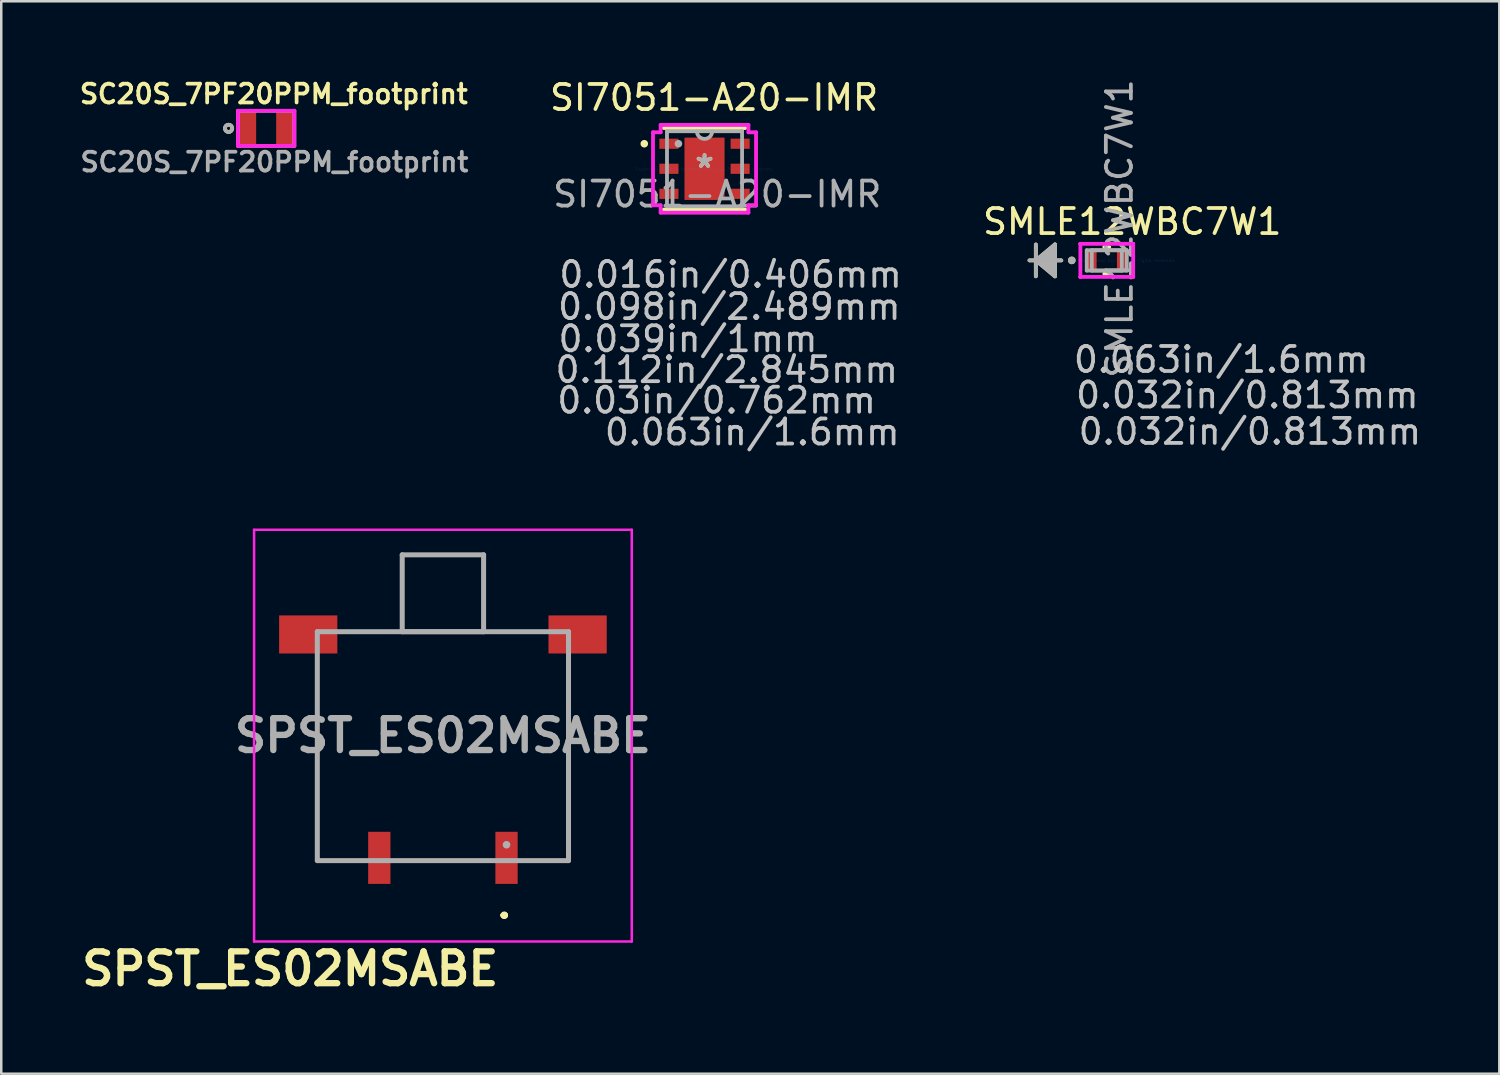
<source format=kicad_pcb>
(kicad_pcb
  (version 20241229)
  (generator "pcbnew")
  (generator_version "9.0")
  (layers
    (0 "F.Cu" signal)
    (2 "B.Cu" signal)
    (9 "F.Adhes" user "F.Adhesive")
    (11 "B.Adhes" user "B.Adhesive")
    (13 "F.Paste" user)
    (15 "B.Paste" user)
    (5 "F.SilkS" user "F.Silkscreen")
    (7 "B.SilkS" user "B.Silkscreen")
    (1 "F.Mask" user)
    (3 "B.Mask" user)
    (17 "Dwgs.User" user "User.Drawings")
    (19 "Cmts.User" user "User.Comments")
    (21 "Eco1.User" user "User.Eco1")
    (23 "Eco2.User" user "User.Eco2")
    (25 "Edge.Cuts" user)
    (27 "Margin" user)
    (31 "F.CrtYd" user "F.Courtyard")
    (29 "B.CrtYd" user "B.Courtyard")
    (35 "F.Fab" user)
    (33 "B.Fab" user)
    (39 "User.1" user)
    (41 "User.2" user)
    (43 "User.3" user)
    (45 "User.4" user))
  (footprint "SC20S_7PF20PPM_footprint"
    (layer "F.Cu")
    (at 7.577 2.074)
    (property "Reference" "SC20S_7PF20PPM_footprint" (at 0.305 -1.372 0) (layer "F.SilkS") (effects (font (size 0.75 0.75) (thickness 0.15))))
    (attr through_hole)
    (fp_circle (center -1.5 0) (end -1.43 0) (stroke (width 0.15) (type solid)) (fill no) (layer "F.SilkS"))
    (fp_line (start -1.125 -0.7) (end -1.125 0.7) (stroke (width 0.15) (type solid)) (layer "F.CrtYd"))
    (fp_line (start -1.125 -0.7) (end 1.125 -0.7) (stroke (width 0.15) (type solid)) (layer "F.CrtYd"))
    (fp_line (start -1.125 0.7) (end 1.125 0.7) (stroke (width 0.15) (type solid)) (layer "F.CrtYd"))
    (fp_line (start 1.125 0.7) (end 1.125 -0.7) (stroke (width 0.152) (type solid)) (layer "F.CrtYd"))
    (fp_line (start -1.125 -0.7) (end -1.125 0.7) (stroke (width 0.15) (type solid)) (layer "F.Fab"))
    (fp_line (start -1.125 -0.7) (end 1.125 -0.7) (stroke (width 0.15) (type solid)) (layer "F.Fab"))
    (fp_line (start -1.125 0.7) (end 1.125 0.7) (stroke (width 0.15) (type solid)) (layer "F.Fab"))
    (fp_line (start 1.125 0.7) (end 1.125 -0.7) (stroke (width 0.152) (type solid)) (layer "F.Fab"))
    (fp_circle (center -1.5 0) (end -1.43 0) (stroke (width 0.15) (type solid)) (fill no) (layer "F.Fab"))
    (fp_text user "${REFERENCE}" (at 0.33 1.346 0) (layer "F.Fab") (effects (font (size 0.75 0.75) (thickness 0.15))))
    (pad "1" smd rect (at -0.75 0) (size 0.7 1.4) (layers "F.Cu" "F.Mask" "F.Paste"))
    (pad "2" smd rect (at 0.75 0) (size 0.7 1.4) (layers "F.Cu" "F.Mask" "F.Paste")))
  (footprint "SPST_ES02MSABE"
    (layer "F.Cu")
    (at 14.635 26.743)
    (property "Reference" "SPST_ES02MSABE" (at -6.096 8.89 0) (layer "F.SilkS") (effects (font (size 1.27 1.27) (thickness 0.254))))
    (attr smd)
    (fp_line (start -5.015 -3) (end -5.015 4.5) (stroke (width 0.1) (type solid)) (layer "F.SilkS"))
    (fp_line (start -5.015 4.5) (end -5 4.5) (stroke (width 0.1) (type solid)) (layer "F.SilkS"))
    (fp_line (start -5 -3) (end -5.015 -3) (stroke (width 0.1) (type solid)) (layer "F.SilkS"))
    (fp_line (start -5 4.5) (end -5 -3) (stroke (width 0.1) (type solid)) (layer "F.SilkS"))
    (fp_line (start -5 4.57) (end -5 4.57) (stroke (width 0.1) (type solid)) (layer "F.SilkS"))
    (fp_line (start -5 4.57) (end -3.5 4.57) (stroke (width 0.1) (type solid)) (layer "F.SilkS"))
    (fp_line (start -3.5 -4.57) (end -3.5 -4.57) (stroke (width 0.1) (type solid)) (layer "F.SilkS"))
    (fp_line (start -3.5 -4.57) (end -1.5 -4.57) (stroke (width 0.1) (type solid)) (layer "F.SilkS"))
    (fp_line (start -3.5 4.57) (end -5 4.57) (stroke (width 0.1) (type solid)) (layer "F.SilkS"))
    (fp_line (start -3.5 4.57) (end -3.5 4.57) (stroke (width 0.1) (type solid)) (layer "F.SilkS"))
    (fp_line (start -1.625 -7.64) (end -1.625 -4.57) (stroke (width 0.1) (type solid)) (layer "F.SilkS"))
    (fp_line (start -1.625 -4.57) (end 1.625 -4.57) (stroke (width 0.1) (type solid)) (layer "F.SilkS"))
    (fp_line (start -1.625 4.57) (end -1.625 4.57) (stroke (width 0.1) (type solid)) (layer "F.SilkS"))
    (fp_line (start -1.625 4.57) (end 1.5 4.57) (stroke (width 0.1) (type solid)) (layer "F.SilkS"))
    (fp_line (start -1.5 -4.57) (end -3.5 -4.57) (stroke (width 0.1) (type solid)) (layer "F.SilkS"))
    (fp_line (start -1.5 -4.57) (end -1.5 -4.57) (stroke (width 0.1) (type solid)) (layer "F.SilkS"))
    (fp_line (start 1.5 4.57) (end -1.625 4.57) (stroke (width 0.1) (type solid)) (layer "F.SilkS"))
    (fp_line (start 1.5 4.57) (end 1.5 4.57) (stroke (width 0.1) (type solid)) (layer "F.SilkS"))
    (fp_line (start 1.625 -7.64) (end -1.625 -7.64) (stroke (width 0.1) (type solid)) (layer "F.SilkS"))
    (fp_line (start 1.625 -4.57) (end 1.625 -7.64) (stroke (width 0.1) (type solid)) (layer "F.SilkS"))
    (fp_line (start 1.625 -4.57) (end 1.625 -4.57) (stroke (width 0.1) (type solid)) (layer "F.SilkS"))
    (fp_line (start 1.625 -4.57) (end 3.5 -4.57) (stroke (width 0.1) (type solid)) (layer "F.SilkS"))
    (fp_line (start 2.4 6.75) (end 2.4 6.75) (stroke (width 0.2) (type solid)) (layer "F.SilkS"))
    (fp_line (start 2.4 6.75) (end 2.4 6.75) (stroke (width 0.2) (type solid)) (layer "F.SilkS"))
    (fp_line (start 2.5 6.75) (end 2.5 6.75) (stroke (width 0.2) (type solid)) (layer "F.SilkS"))
    (fp_line (start 3.5 -4.57) (end 1.625 -4.57) (stroke (width 0.1) (type solid)) (layer "F.SilkS"))
    (fp_line (start 3.5 -4.57) (end 3.5 -4.57) (stroke (width 0.1) (type solid)) (layer "F.SilkS"))
    (fp_line (start 3.5 4.57) (end 3.5 4.57) (stroke (width 0.1) (type solid)) (layer "F.SilkS"))
    (fp_line (start 3.5 4.57) (end 5.015 4.57) (stroke (width 0.1) (type solid)) (layer "F.SilkS"))
    (fp_line (start 5 -3) (end 5 4.57) (stroke (width 0.1) (type solid)) (layer "F.SilkS"))
    (fp_line (start 5 4.57) (end 5.015 4.57) (stroke (width 0.1) (type solid)) (layer "F.SilkS"))
    (fp_line (start 5.015 -3) (end 5 -3) (stroke (width 0.1) (type solid)) (layer "F.SilkS"))
    (fp_line (start 5.015 4.57) (end 3.5 4.57) (stroke (width 0.1) (type solid)) (layer "F.SilkS"))
    (fp_line (start 5.015 4.57) (end 5.015 -3) (stroke (width 0.1) (type solid)) (layer "F.SilkS"))
    (fp_line (start 5.015 4.57) (end 5.015 4.57) (stroke (width 0.1) (type solid)) (layer "F.SilkS"))
    (fp_arc (start 2.4 6.75) (mid 2.45 6.7) (end 2.5 6.75) (stroke (width 0.2) (type solid)) (layer "F.SilkS"))
    (fp_arc (start 2.5 6.75) (mid 2.45 6.8) (end 2.4 6.75) (stroke (width 0.2) (type solid)) (layer "F.SilkS"))
    (fp_arc (start 2.5 6.75) (mid 2.45 6.8) (end 2.4 6.75) (stroke (width 0.2) (type solid)) (layer "F.SilkS"))
    (fp_line (start -7.54 -8.64) (end 7.54 -8.64) (stroke (width 0.1) (type solid)) (layer "F.CrtYd"))
    (fp_line (start -7.54 7.8) (end -7.54 -8.64) (stroke (width 0.1) (type solid)) (layer "F.CrtYd"))
    (fp_line (start 7.54 -8.64) (end 7.54 7.8) (stroke (width 0.1) (type solid)) (layer "F.CrtYd"))
    (fp_line (start 7.54 7.8) (end -7.54 7.8) (stroke (width 0.1) (type solid)) (layer "F.CrtYd"))
    (fp_line (start -5.015 -4.57) (end -5.015 4.57) (stroke (width 0.2) (type solid)) (layer "F.Fab"))
    (fp_line (start -5.015 4.57) (end 5.015 4.57) (stroke (width 0.2) (type solid)) (layer "F.Fab"))
    (fp_line (start -1.625 -7.64) (end -1.625 -4.57) (stroke (width 0.2) (type solid)) (layer "F.Fab"))
    (fp_line (start -1.625 -4.57) (end 1.625 -4.57) (stroke (width 0.2) (type solid)) (layer "F.Fab"))
    (fp_line (start 1.625 -7.64) (end -1.625 -7.64) (stroke (width 0.2) (type solid)) (layer "F.Fab"))
    (fp_line (start 1.625 -4.57) (end 1.625 -7.64) (stroke (width 0.2) (type solid)) (layer "F.Fab"))
    (fp_line (start 5.015 -4.57) (end -5.015 -4.57) (stroke (width 0.2) (type solid)) (layer "F.Fab"))
    (fp_line (start 5.015 4.57) (end 5.015 -4.57) (stroke (width 0.2) (type solid)) (layer "F.Fab"))
    (fp_circle (center 2.54 3.937) (end 2.616 3.937) (stroke (width 0.152) (type solid)) (fill no) (layer "F.Fab"))
    (fp_text user "${REFERENCE}" (at 0 -0.42 0) (layer "F.Fab") (effects (font (size 1.27 1.27) (thickness 0.254))))
    (pad "1" smd rect (at 2.54 4.46) (size 0.89 2.08) (layers "F.Cu" "F.Mask" "F.Paste"))
    (pad "3" smd rect (at -2.54 4.46) (size 0.89 2.08) (layers "F.Cu" "F.Mask" "F.Paste"))
    (pad "MP1" smd rect (at 5.378 -4.46 90) (size 1.52 2.325) (layers "F.Cu" "F.Mask" "F.Paste"))
    (pad "MP2" smd rect (at -5.378 -4.46 90) (size 1.52 2.325) (layers "F.Cu" "F.Mask" "F.Paste")))
  (footprint "SMLE12WBC7W1"
    (layer "F.Cu")
    (at 41.142 7.347)
    (property "Reference" "SMLE12WBC7W1" (at 1.016 -1.546 0) (layer "F.SilkS") (effects (font (size 1 1) (thickness 0.15))))
    (attr through_hole)
    (fp_line (start -2.832 -0.635) (end -2.832 0.635) (stroke (width 0.152) (type solid)) (layer "F.SilkS"))
    (fp_line (start -2.832 0) (end -2.07 -0.635) (stroke (width 0.152) (type solid)) (layer "F.SilkS"))
    (fp_line (start -2.832 0) (end -2.07 -0.508) (stroke (width 0.152) (type solid)) (layer "F.SilkS"))
    (fp_line (start -2.832 0) (end -2.07 -0.381) (stroke (width 0.152) (type solid)) (layer "F.SilkS"))
    (fp_line (start -2.832 0) (end -2.07 -0.254) (stroke (width 0.152) (type solid)) (layer "F.SilkS"))
    (fp_line (start -2.832 0) (end -2.07 -0.127) (stroke (width 0.152) (type solid)) (layer "F.SilkS"))
    (fp_line (start -2.832 0) (end -2.07 0.127) (stroke (width 0.152) (type solid)) (layer "F.SilkS"))
    (fp_line (start -2.832 0) (end -2.07 0.254) (stroke (width 0.152) (type solid)) (layer "F.SilkS"))
    (fp_line (start -2.832 0) (end -2.07 0.381) (stroke (width 0.152) (type solid)) (layer "F.SilkS"))
    (fp_line (start -2.832 0) (end -2.07 0.508) (stroke (width 0.152) (type solid)) (layer "F.SilkS"))
    (fp_line (start -2.832 0) (end -2.07 0.635) (stroke (width 0.152) (type solid)) (layer "F.SilkS"))
    (fp_line (start -2.07 -0.635) (end -2.07 0.635) (stroke (width 0.152) (type solid)) (layer "F.SilkS"))
    (fp_line (start -1.816 0) (end -3.086 0) (stroke (width 0.152) (type solid)) (layer "F.SilkS"))
    (fp_line (start -0.099 0.533) (end 0.099 0.533) (stroke (width 0.152) (type solid)) (layer "F.SilkS"))
    (fp_line (start 0.099 -0.533) (end -0.099 -0.533) (stroke (width 0.152) (type solid)) (layer "F.SilkS"))
    (fp_circle (center -1.397 0) (end -1.321 0) (stroke (width 0.152) (type solid)) (fill no) (layer "F.SilkS"))
    (fp_line (start -1.054 -0.66) (end -1.054 -0.66) (stroke (width 0.152) (type solid)) (layer "F.CrtYd"))
    (fp_line (start -1.054 -0.66) (end -1.054 -0.66) (stroke (width 0.152) (type solid)) (layer "F.CrtYd"))
    (fp_line (start -1.054 -0.66) (end 1.054 -0.66) (stroke (width 0.152) (type solid)) (layer "F.CrtYd"))
    (fp_line (start -1.054 0.66) (end -1.054 -0.66) (stroke (width 0.152) (type solid)) (layer "F.CrtYd"))
    (fp_line (start -1.054 0.66) (end -1.054 0.66) (stroke (width 0.152) (type solid)) (layer "F.CrtYd"))
    (fp_line (start -1.054 0.66) (end -1.054 0.66) (stroke (width 0.152) (type solid)) (layer "F.CrtYd"))
    (fp_line (start 1.054 -0.66) (end 1.054 -0.66) (stroke (width 0.152) (type solid)) (layer "F.CrtYd"))
    (fp_line (start 1.054 -0.66) (end 1.054 -0.66) (stroke (width 0.152) (type solid)) (layer "F.CrtYd"))
    (fp_line (start 1.054 -0.66) (end 1.054 0.66) (stroke (width 0.152) (type solid)) (layer "F.CrtYd"))
    (fp_line (start 1.054 0.66) (end -1.054 0.66) (stroke (width 0.152) (type solid)) (layer "F.CrtYd"))
    (fp_line (start 1.054 0.66) (end 1.054 0.66) (stroke (width 0.152) (type solid)) (layer "F.CrtYd"))
    (fp_line (start 1.054 0.66) (end 1.054 0.66) (stroke (width 0.152) (type solid)) (layer "F.CrtYd"))
    (fp_line (start -2.832 -0.635) (end -2.832 0.635) (stroke (width 0.152) (type solid)) (layer "F.Fab"))
    (fp_line (start -2.832 0) (end -2.07 -0.635) (stroke (width 0.152) (type solid)) (layer "F.Fab"))
    (fp_line (start -2.832 0) (end -2.07 -0.508) (stroke (width 0.152) (type solid)) (layer "F.Fab"))
    (fp_line (start -2.832 0) (end -2.07 -0.381) (stroke (width 0.152) (type solid)) (layer "F.Fab"))
    (fp_line (start -2.832 0) (end -2.07 -0.254) (stroke (width 0.152) (type solid)) (layer "F.Fab"))
    (fp_line (start -2.832 0) (end -2.07 -0.127) (stroke (width 0.152) (type solid)) (layer "F.Fab"))
    (fp_line (start -2.832 0) (end -2.07 0.127) (stroke (width 0.152) (type solid)) (layer "F.Fab"))
    (fp_line (start -2.832 0) (end -2.07 0.254) (stroke (width 0.152) (type solid)) (layer "F.Fab"))
    (fp_line (start -2.832 0) (end -2.07 0.381) (stroke (width 0.152) (type solid)) (layer "F.Fab"))
    (fp_line (start -2.832 0) (end -2.07 0.508) (stroke (width 0.152) (type solid)) (layer "F.Fab"))
    (fp_line (start -2.832 0) (end -2.07 0.635) (stroke (width 0.152) (type solid)) (layer "F.Fab"))
    (fp_line (start -2.07 -0.635) (end -2.07 0.635) (stroke (width 0.152) (type solid)) (layer "F.Fab"))
    (fp_line (start -1.816 0) (end -3.086 0) (stroke (width 0.152) (type solid)) (layer "F.Fab"))
    (fp_line (start -0.8 -0.406) (end -0.8 0.406) (stroke (width 0.152) (type solid)) (layer "F.Fab"))
    (fp_line (start -0.8 0.406) (end 0.8 0.406) (stroke (width 0.152) (type solid)) (layer "F.Fab"))
    (fp_line (start -0.6 -0.406) (end -0.6 0.406) (stroke (width 0.152) (type solid)) (layer "F.Fab"))
    (fp_line (start -0.6 0.406) (end 0.6 0.406) (stroke (width 0.152) (type solid)) (layer "F.Fab"))
    (fp_line (start 0.6 -0.406) (end -0.6 -0.406) (stroke (width 0.152) (type solid)) (layer "F.Fab"))
    (fp_line (start 0.6 0.406) (end 0.6 -0.406) (stroke (width 0.152) (type solid)) (layer "F.Fab"))
    (fp_line (start 0.8 -0.406) (end -0.8 -0.406) (stroke (width 0.152) (type solid)) (layer "F.Fab"))
    (fp_line (start 0.8 0.406) (end 0.8 -0.406) (stroke (width 0.152) (type solid)) (layer "F.Fab"))
    (fp_circle (center -1.397 0) (end -1.321 0) (stroke (width 0.152) (type solid)) (fill no) (layer "F.Fab"))
    (fp_text user "0.032in/0.813mm" (at 5.715 6.833 0) (layer "Dwgs.User") (effects (font (size 1 1) (thickness 0.15))))
    (fp_text user "0.063in/1.6mm" (at 4.572 3.962 0) (layer "Dwgs.User") (effects (font (size 1 1) (thickness 0.15))))
    (fp_text user "0.032in/0.813mm" (at 5.613 5.381 0) (layer "Dwgs.User") (effects (font (size 1 1) (thickness 0.15))))
    (fp_text user "Copyright 2016 Accelerated Designs. All rights reserved." (at 0 0 0) (layer "Cmts.User") (effects (font (size 0.127 0.127) (thickness 0.002))))
    (fp_text user "${REFERENCE}" (at 0.508 -1.27 90) (layer "F.Fab") (effects (font (size 1 1) (thickness 0.15))))
    (pad "1" smd rect (at -0.603 0) (size 0.394 0.813) (layers "F.Cu" "F.Mask" "F.Paste"))
    (pad "2" smd rect (at 0.603 0) (size 0.394 0.813) (layers "F.Cu" "F.Mask" "F.Paste")))
  (footprint "SI7051-A20-IMR"
    (layer "F.Cu")
    (at 25.081 3.689)
    (property "Reference" "SI7051-A20-IMR" (at 0.381 -2.841 0) (layer "F.SilkS") (effects (font (size 1 1) (thickness 0.15))))
    (attr through_hole)
    (fp_line (start -1.626 1.626) (end 1.626 1.626) (stroke (width 0.152) (type solid)) (layer "F.SilkS"))
    (fp_line (start 1.626 -1.626) (end -1.626 -1.626) (stroke (width 0.152) (type solid)) (layer "F.SilkS"))
    (fp_circle (center -2.405 -1) (end -2.329 -1) (stroke (width 0.152) (type solid)) (fill no) (layer "F.SilkS"))
    (fp_line (start -2.057 -1.457) (end -1.753 -1.457) (stroke (width 0.152) (type solid)) (layer "F.CrtYd"))
    (fp_line (start -2.057 1.457) (end -2.057 -1.457) (stroke (width 0.152) (type solid)) (layer "F.CrtYd"))
    (fp_line (start -1.753 -1.753) (end 1.753 -1.753) (stroke (width 0.152) (type solid)) (layer "F.CrtYd"))
    (fp_line (start -1.753 -1.457) (end -1.753 -1.753) (stroke (width 0.152) (type solid)) (layer "F.CrtYd"))
    (fp_line (start -1.753 1.457) (end -2.057 1.457) (stroke (width 0.152) (type solid)) (layer "F.CrtYd"))
    (fp_line (start -1.753 1.753) (end -1.753 1.457) (stroke (width 0.152) (type solid)) (layer "F.CrtYd"))
    (fp_line (start 1.753 -1.753) (end 1.753 -1.457) (stroke (width 0.152) (type solid)) (layer "F.CrtYd"))
    (fp_line (start 1.753 -1.457) (end 2.057 -1.457) (stroke (width 0.152) (type solid)) (layer "F.CrtYd"))
    (fp_line (start 1.753 1.457) (end 1.753 1.753) (stroke (width 0.152) (type solid)) (layer "F.CrtYd"))
    (fp_line (start 1.753 1.753) (end -1.753 1.753) (stroke (width 0.152) (type solid)) (layer "F.CrtYd"))
    (fp_line (start 2.057 -1.457) (end 2.057 1.457) (stroke (width 0.152) (type solid)) (layer "F.CrtYd"))
    (fp_line (start 2.057 1.457) (end 1.753 1.457) (stroke (width 0.152) (type solid)) (layer "F.CrtYd"))
    (fp_line (start -1.499 -1.499) (end -1.499 1.499) (stroke (width 0.152) (type solid)) (layer "F.Fab"))
    (fp_line (start -1.499 1.499) (end 1.499 1.499) (stroke (width 0.152) (type solid)) (layer "F.Fab"))
    (fp_line (start 1.499 -1.499) (end -1.499 -1.499) (stroke (width 0.152) (type solid)) (layer "F.Fab"))
    (fp_line (start 1.499 1.499) (end 1.499 -1.499) (stroke (width 0.152) (type solid)) (layer "F.Fab"))
    (fp_arc (start 0.3048 -1.4986) (mid 0 -1.1938) (end -0.3048 -1.4986) (stroke (width 0.1524) (type solid)) (layer "F.Fab"))
    (fp_circle (center -1.041 -1) (end -0.965 -1) (stroke (width 0.152) (type solid)) (fill no) (layer "F.Fab"))
    (fp_text user "*" (at 0 0 0) (layer "F.SilkS") (effects (font (size 1 1) (thickness 0.15))))
    (fp_text user "0.112in/2.845mm" (at 0.889 8.026 0) (layer "Dwgs.User") (effects (font (size 1 1) (thickness 0.15))))
    (fp_text user "0.016in/0.406mm" (at 1.041 4.224 0) (layer "Dwgs.User") (effects (font (size 1 1) (thickness 0.15))))
    (fp_text user "0.039in/1mm" (at -0.66 6.794 0) (layer "Dwgs.User") (effects (font (size 1 1) (thickness 0.15))))
    (fp_text user "0.063in/1.6mm" (at 1.905 10.516 0) (layer "Dwgs.User") (effects (font (size 1 1) (thickness 0.15))))
    (fp_text user "0.03in/0.762mm" (at 0.483 9.246 0) (layer "Dwgs.User") (effects (font (size 1 1) (thickness 0.15))))
    (fp_text user "0.098in/2.489mm" (at 0.991 5.509 0) (layer "Dwgs.User") (effects (font (size 1 1) (thickness 0.15))))
    (fp_text user "Copyright 2016 Accelerated Designs. All rights reserved." (at 0 0 0) (layer "Cmts.User") (effects (font (size 0.127 0.127) (thickness 0.002))))
    (fp_text user "${REFERENCE}" (at 0.508 1.016 180) (layer "F.Fab") (effects (font (size 1 1) (thickness 0.15))))
    (fp_text user "*" (at 0 0 0) (layer "F.Fab") (effects (font (size 1 1) (thickness 0.15))))
    (pad "1" smd rect (at -1.422 -1) (size 0.762 0.406) (layers "F.Cu" "F.Mask" "F.Paste"))
    (pad "2" smd rect (at -1.422 0) (size 0.762 0.406) (layers "F.Cu" "F.Mask" "F.Paste"))
    (pad "3" smd rect (at -1.422 1) (size 0.762 0.406) (layers "F.Cu" "F.Mask" "F.Paste"))
    (pad "4" smd rect (at 1.422 1) (size 0.762 0.406) (layers "F.Cu" "F.Mask" "F.Paste"))
    (pad "5" smd rect (at 1.422 0) (size 0.762 0.406) (layers "F.Cu" "F.Mask" "F.Paste"))
    (pad "6" smd rect (at 1.422 -1) (size 0.762 0.406) (layers "F.Cu" "F.Mask" "F.Paste"))
    (pad "7" smd rect (at 0 0) (size 1.6 2.489) (layers "F.Cu" "F.Mask" "F.Paste")))
  (gr_rect
    (start -3 -3)
    (end 56.816 39.822)
    (stroke (width 0.1) (type default))
    (fill no)
    (layer "Edge.Cuts")))
</source>
